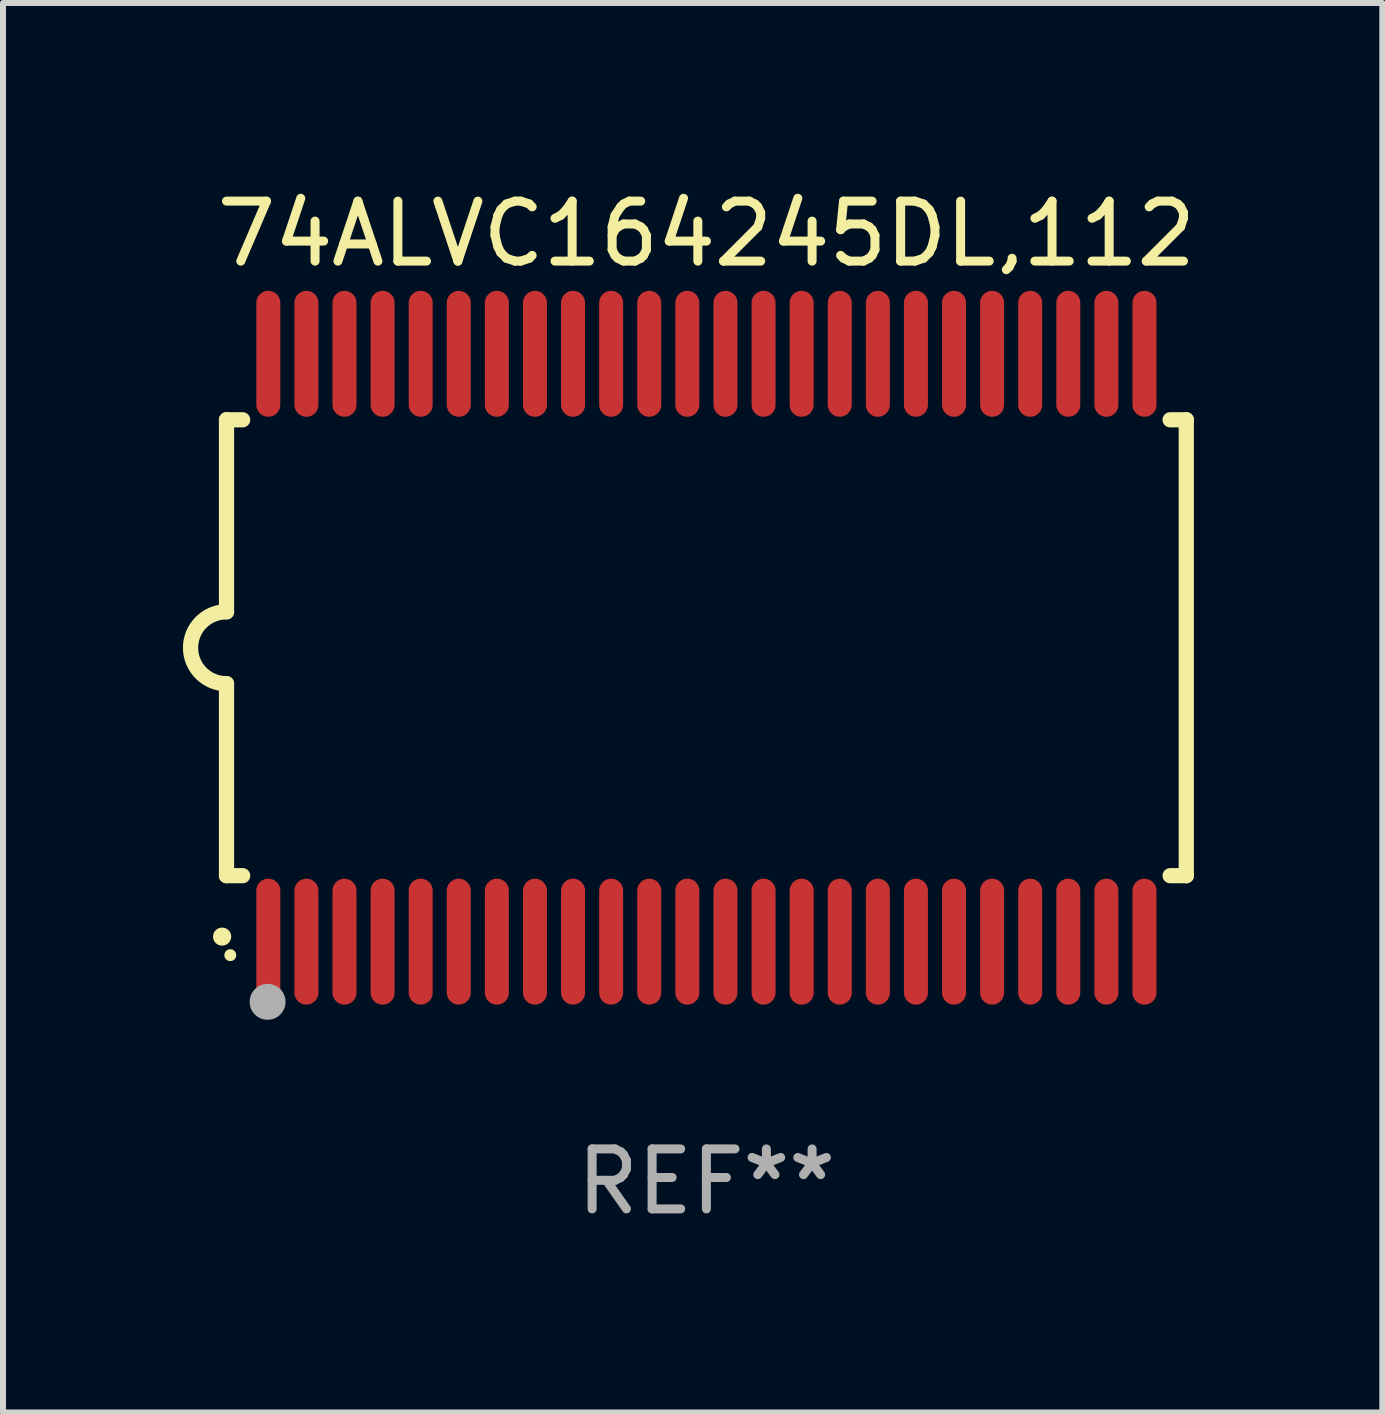
<source format=kicad_pcb>
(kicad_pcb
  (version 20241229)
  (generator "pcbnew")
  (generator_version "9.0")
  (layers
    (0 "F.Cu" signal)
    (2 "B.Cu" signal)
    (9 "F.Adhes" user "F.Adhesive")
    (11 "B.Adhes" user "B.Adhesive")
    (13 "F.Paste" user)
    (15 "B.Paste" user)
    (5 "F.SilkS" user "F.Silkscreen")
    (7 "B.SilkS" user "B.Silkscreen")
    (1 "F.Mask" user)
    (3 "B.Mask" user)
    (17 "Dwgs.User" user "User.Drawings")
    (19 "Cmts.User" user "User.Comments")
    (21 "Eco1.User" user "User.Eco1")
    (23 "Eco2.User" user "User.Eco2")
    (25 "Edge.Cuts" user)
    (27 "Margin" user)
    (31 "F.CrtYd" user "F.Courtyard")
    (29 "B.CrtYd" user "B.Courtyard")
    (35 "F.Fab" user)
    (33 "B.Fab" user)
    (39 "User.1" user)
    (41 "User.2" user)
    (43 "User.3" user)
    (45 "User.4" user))
  (footprint "74ALVC164245DL,112"
    (layer "F.Cu")
    (at 8.726 7.748)
    (property "Reference" "74ALVC164245DL,112" (at 0 -6.9 0) (layer "F.SilkS") (effects (font (size 1 1) (thickness 0.15))))
    (attr through_hole)
    (fp_line (start -8 -3.8) (end -8 -0.599) (stroke (width 0.254) (type solid)) (layer "F.SilkS"))
    (fp_line (start -8 -3.8) (end -7.731 -3.8) (stroke (width 0.254) (type solid)) (layer "F.SilkS"))
    (fp_line (start -8 3.8) (end -8 0.599) (stroke (width 0.254) (type solid)) (layer "F.SilkS"))
    (fp_line (start -7.731 3.8) (end -8 3.8) (stroke (width 0.254) (type solid)) (layer "F.SilkS"))
    (fp_line (start 7.731 -3.8) (end 8 -3.8) (stroke (width 0.254) (type solid)) (layer "F.SilkS"))
    (fp_line (start 8 -3.8) (end 8 3.8) (stroke (width 0.254) (type solid)) (layer "F.SilkS"))
    (fp_line (start 8 3.8) (end 7.731 3.8) (stroke (width 0.254) (type solid)) (layer "F.SilkS"))
    (fp_arc (start -8.074676 4.81585) (mid -8.073406 4.815845) (end -8.072136 4.81585) (stroke (width 0.3) (type solid)) (layer "F.SilkS"))
    (fp_arc (start -8.000025 0.6) (mid -8.598908 0.00056) (end -8.000027 -0.598882) (stroke (width 0.254001) (type solid)) (layer "F.SilkS"))
    (fp_circle (center -7.937 5.125) (end -7.887 5.125) (stroke (width 0.1) (type solid)) (fill no) (layer "F.SilkS"))
    (fp_circle (center -7.315 5.903) (end -7.165 5.903) (stroke (width 0.3) (type solid)) (fill no) (layer "F.Fab"))
    (fp_text user "REF**" (at 0 8.9 0) (layer "F.Fab") (effects (font (size 1 1) (thickness 0.15))))
    (pad "1" smd oval (at -7.303 4.9) (size 0.4 2.1) (layers "F.Cu" "F.Mask" "F.Paste"))
    (pad "2" smd oval (at -6.668 4.9) (size 0.4 2.1) (layers "F.Cu" "F.Mask" "F.Paste"))
    (pad "3" smd oval (at -6.033 4.9) (size 0.4 2.1) (layers "F.Cu" "F.Mask" "F.Paste"))
    (pad "4" smd oval (at -5.398 4.9) (size 0.4 2.1) (layers "F.Cu" "F.Mask" "F.Paste"))
    (pad "5" smd oval (at -4.763 4.9) (size 0.4 2.1) (layers "F.Cu" "F.Mask" "F.Paste"))
    (pad "6" smd oval (at -4.128 4.9) (size 0.4 2.1) (layers "F.Cu" "F.Mask" "F.Paste"))
    (pad "7" smd oval (at -3.493 4.9) (size 0.4 2.1) (layers "F.Cu" "F.Mask" "F.Paste"))
    (pad "8" smd oval (at -2.858 4.9) (size 0.4 2.1) (layers "F.Cu" "F.Mask" "F.Paste"))
    (pad "9" smd oval (at -2.223 4.9) (size 0.4 2.1) (layers "F.Cu" "F.Mask" "F.Paste"))
    (pad "10" smd oval (at -1.588 4.9) (size 0.4 2.1) (layers "F.Cu" "F.Mask" "F.Paste"))
    (pad "11" smd oval (at -0.953 4.9) (size 0.4 2.1) (layers "F.Cu" "F.Mask" "F.Paste"))
    (pad "12" smd oval (at -0.318 4.9) (size 0.4 2.1) (layers "F.Cu" "F.Mask" "F.Paste"))
    (pad "13" smd oval (at 0.318 4.9) (size 0.4 2.1) (layers "F.Cu" "F.Mask" "F.Paste"))
    (pad "14" smd oval (at 0.953 4.9) (size 0.4 2.1) (layers "F.Cu" "F.Mask" "F.Paste"))
    (pad "15" smd oval (at 1.588 4.9) (size 0.4 2.1) (layers "F.Cu" "F.Mask" "F.Paste"))
    (pad "16" smd oval (at 2.223 4.9) (size 0.4 2.1) (layers "F.Cu" "F.Mask" "F.Paste"))
    (pad "17" smd oval (at 2.858 4.9) (size 0.4 2.1) (layers "F.Cu" "F.Mask" "F.Paste"))
    (pad "18" smd oval (at 3.493 4.9) (size 0.4 2.1) (layers "F.Cu" "F.Mask" "F.Paste"))
    (pad "19" smd oval (at 4.128 4.9) (size 0.4 2.1) (layers "F.Cu" "F.Mask" "F.Paste"))
    (pad "20" smd oval (at 4.763 4.9) (size 0.4 2.1) (layers "F.Cu" "F.Mask" "F.Paste"))
    (pad "21" smd oval (at 5.398 4.9) (size 0.4 2.1) (layers "F.Cu" "F.Mask" "F.Paste"))
    (pad "22" smd oval (at 6.033 4.9) (size 0.4 2.1) (layers "F.Cu" "F.Mask" "F.Paste"))
    (pad "23" smd oval (at 6.668 4.9) (size 0.4 2.1) (layers "F.Cu" "F.Mask" "F.Paste"))
    (pad "24" smd oval (at 7.303 4.9) (size 0.4 2.1) (layers "F.Cu" "F.Mask" "F.Paste"))
    (pad "25" smd oval (at 7.303 -4.9 180) (size 0.4 2.1) (layers "F.Cu" "F.Mask" "F.Paste"))
    (pad "26" smd oval (at 6.668 -4.9 180) (size 0.4 2.1) (layers "F.Cu" "F.Mask" "F.Paste"))
    (pad "27" smd oval (at 6.033 -4.9 180) (size 0.4 2.1) (layers "F.Cu" "F.Mask" "F.Paste"))
    (pad "28" smd oval (at 5.398 -4.9 180) (size 0.4 2.1) (layers "F.Cu" "F.Mask" "F.Paste"))
    (pad "29" smd oval (at 4.763 -4.9 180) (size 0.4 2.1) (layers "F.Cu" "F.Mask" "F.Paste"))
    (pad "30" smd oval (at 4.128 -4.9 180) (size 0.4 2.1) (layers "F.Cu" "F.Mask" "F.Paste"))
    (pad "31" smd oval (at 3.493 -4.9 180) (size 0.4 2.1) (layers "F.Cu" "F.Mask" "F.Paste"))
    (pad "32" smd oval (at 2.858 -4.9 180) (size 0.4 2.1) (layers "F.Cu" "F.Mask" "F.Paste"))
    (pad "33" smd oval (at 2.223 -4.9 180) (size 0.4 2.1) (layers "F.Cu" "F.Mask" "F.Paste"))
    (pad "34" smd oval (at 1.588 -4.9 180) (size 0.4 2.1) (layers "F.Cu" "F.Mask" "F.Paste"))
    (pad "35" smd oval (at 0.953 -4.9 180) (size 0.4 2.1) (layers "F.Cu" "F.Mask" "F.Paste"))
    (pad "36" smd oval (at 0.318 -4.9 180) (size 0.4 2.1) (layers "F.Cu" "F.Mask" "F.Paste"))
    (pad "37" smd oval (at -0.318 -4.9 180) (size 0.4 2.1) (layers "F.Cu" "F.Mask" "F.Paste"))
    (pad "38" smd oval (at -0.953 -4.9 180) (size 0.4 2.1) (layers "F.Cu" "F.Mask" "F.Paste"))
    (pad "39" smd oval (at -1.588 -4.9 180) (size 0.4 2.1) (layers "F.Cu" "F.Mask" "F.Paste"))
    (pad "40" smd oval (at -2.223 -4.9 180) (size 0.4 2.1) (layers "F.Cu" "F.Mask" "F.Paste"))
    (pad "41" smd oval (at -2.858 -4.9 180) (size 0.4 2.1) (layers "F.Cu" "F.Mask" "F.Paste"))
    (pad "42" smd oval (at -3.493 -4.9 180) (size 0.4 2.1) (layers "F.Cu" "F.Mask" "F.Paste"))
    (pad "43" smd oval (at -4.128 -4.9 180) (size 0.4 2.1) (layers "F.Cu" "F.Mask" "F.Paste"))
    (pad "44" smd oval (at -4.763 -4.9 180) (size 0.4 2.1) (layers "F.Cu" "F.Mask" "F.Paste"))
    (pad "45" smd oval (at -5.398 -4.9 180) (size 0.4 2.1) (layers "F.Cu" "F.Mask" "F.Paste"))
    (pad "46" smd oval (at -6.033 -4.9 180) (size 0.4 2.1) (layers "F.Cu" "F.Mask" "F.Paste"))
    (pad "47" smd oval (at -6.668 -4.9 180) (size 0.4 2.1) (layers "F.Cu" "F.Mask" "F.Paste"))
    (pad "48" smd oval (at -7.303 -4.9 180) (size 0.4 2.1) (layers "F.Cu" "F.Mask" "F.Paste")))
  (gr_rect
    (start -3 -3)
    (end 19.994 20.496)
    (stroke (width 0.1) (type default))
    (fill no)
    (layer "Edge.Cuts")))
</source>
